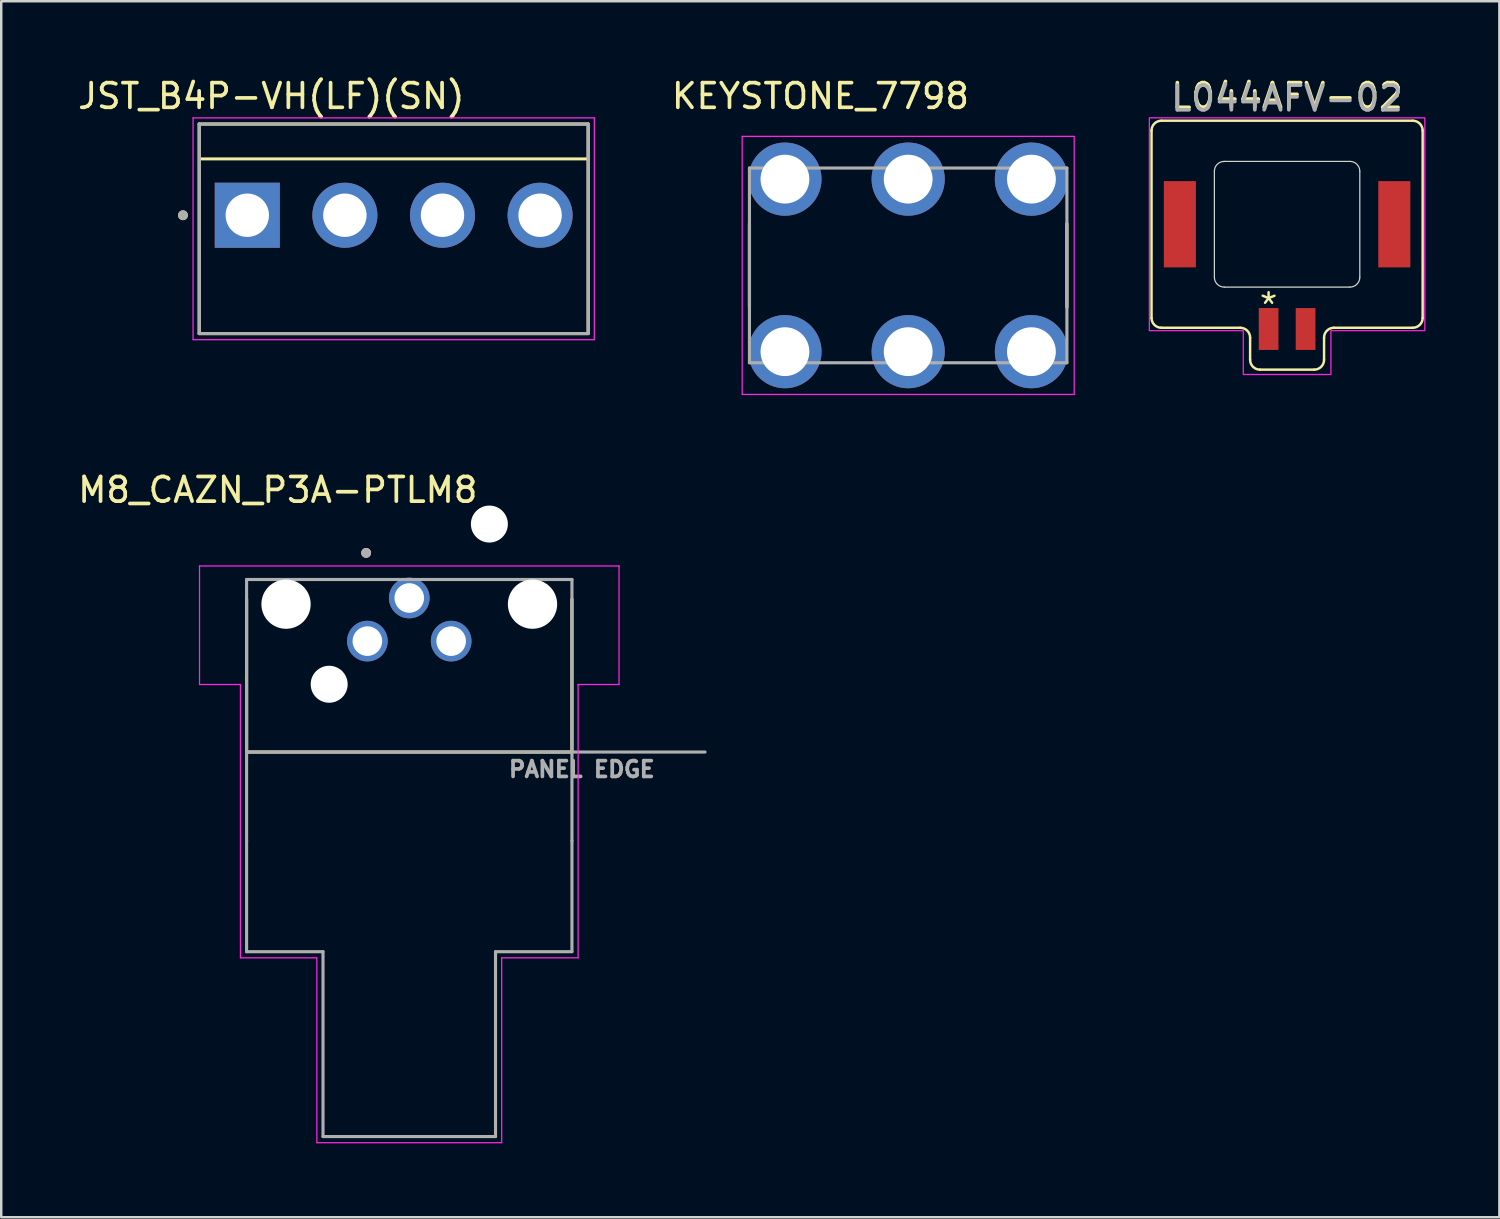
<source format=kicad_pcb>
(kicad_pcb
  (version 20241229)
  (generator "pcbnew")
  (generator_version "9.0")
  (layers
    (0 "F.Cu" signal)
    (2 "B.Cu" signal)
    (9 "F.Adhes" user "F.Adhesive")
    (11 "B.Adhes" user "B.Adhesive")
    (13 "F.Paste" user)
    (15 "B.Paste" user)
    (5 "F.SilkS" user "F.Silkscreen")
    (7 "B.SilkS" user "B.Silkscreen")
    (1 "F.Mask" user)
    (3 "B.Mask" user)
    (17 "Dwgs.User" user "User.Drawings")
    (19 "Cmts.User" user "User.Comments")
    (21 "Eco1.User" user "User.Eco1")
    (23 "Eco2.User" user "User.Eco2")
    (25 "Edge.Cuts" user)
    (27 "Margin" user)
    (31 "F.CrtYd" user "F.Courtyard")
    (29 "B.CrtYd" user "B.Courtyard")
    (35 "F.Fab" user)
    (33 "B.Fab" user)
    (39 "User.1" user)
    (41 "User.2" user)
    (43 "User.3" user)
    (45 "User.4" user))
  (footprint "JST_B4P-VH(LF)(SN)"
    (layer "F.Cu")
    (at 12.923 5.683)
    (property "Reference" "JST_B4P-VH(LF)(SN)" (at -4.965 -4.835 0) (layer "F.SilkS") (effects (font (size 1 1) (thickness 0.15))))
    (attr through_hole)
    (fp_line (start -7.89 -3.7) (end 7.89 -3.7) (stroke (width 0.127) (type solid)) (layer "F.SilkS"))
    (fp_line (start -7.89 4.8) (end -7.89 -3.7) (stroke (width 0.127) (type solid)) (layer "F.SilkS"))
    (fp_line (start -7.874 -2.286) (end 7.874 -2.286) (stroke (width 0.12) (type solid)) (layer "F.SilkS"))
    (fp_line (start 7.89 -3.7) (end 7.89 4.8) (stroke (width 0.127) (type solid)) (layer "F.SilkS"))
    (fp_line (start 7.89 4.8) (end -7.89 4.8) (stroke (width 0.127) (type solid)) (layer "F.SilkS"))
    (fp_circle (center -8.55 0) (end -8.45 0) (stroke (width 0.2) (type solid)) (fill no) (layer "F.SilkS"))
    (fp_line (start -8.14 -3.95) (end 8.14 -3.95) (stroke (width 0.05) (type solid)) (layer "F.CrtYd"))
    (fp_line (start -8.14 5.05) (end -8.14 -3.95) (stroke (width 0.05) (type solid)) (layer "F.CrtYd"))
    (fp_line (start 8.14 -3.95) (end 8.14 5.05) (stroke (width 0.05) (type solid)) (layer "F.CrtYd"))
    (fp_line (start 8.14 5.05) (end -8.14 5.05) (stroke (width 0.05) (type solid)) (layer "F.CrtYd"))
    (fp_line (start -7.89 -3.7) (end -7.89 4.8) (stroke (width 0.127) (type solid)) (layer "F.Fab"))
    (fp_line (start -7.89 4.8) (end 7.89 4.8) (stroke (width 0.127) (type solid)) (layer "F.Fab"))
    (fp_line (start 7.89 -3.7) (end -7.89 -3.7) (stroke (width 0.127) (type solid)) (layer "F.Fab"))
    (fp_line (start 7.89 4.8) (end 7.89 -3.7) (stroke (width 0.127) (type solid)) (layer "F.Fab"))
    (fp_circle (center -8.55 0) (end -8.45 0) (stroke (width 0.2) (type solid)) (fill no) (layer "F.Fab"))
    (pad "1" thru_hole rect (at -5.94 0) (size 2.64 2.64) (drill 1.76) (layers "*.Cu" "*.Mask"))
    (pad "2" thru_hole circle (at -1.98 0) (size 2.64 2.64) (drill 1.76) (layers "*.Cu" "*.Mask"))
    (pad "3" thru_hole circle (at 1.98 0) (size 2.64 2.64) (drill 1.76) (layers "*.Cu" "*.Mask"))
    (pad "4" thru_hole circle (at 5.94 0) (size 2.64 2.64) (drill 1.76) (layers "*.Cu" "*.Mask")))
  (footprint "KEYSTONE_7798"
    (layer "F.Cu")
    (at 33.797 7.718)
    (property "Reference" "KEYSTONE_7798" (at -3.56 -6.87 0) (layer "F.SilkS") (effects (font (size 1 1) (thickness 0.15))))
    (attr through_hole)
    (fp_line (start -6.44 -1.695) (end -6.44 1.695) (stroke (width 0.127) (type solid)) (layer "F.SilkS"))
    (fp_line (start 6.44 -1.695) (end 6.44 1.695) (stroke (width 0.127) (type solid)) (layer "F.SilkS"))
    (fp_line (start -6.735 -5.235) (end -6.735 5.235) (stroke (width 0.05) (type solid)) (layer "F.CrtYd"))
    (fp_line (start -6.735 5.235) (end 6.735 5.235) (stroke (width 0.05) (type solid)) (layer "F.CrtYd"))
    (fp_line (start 6.735 -5.235) (end -6.735 -5.235) (stroke (width 0.05) (type solid)) (layer "F.CrtYd"))
    (fp_line (start 6.735 5.235) (end 6.735 -5.235) (stroke (width 0.05) (type solid)) (layer "F.CrtYd"))
    (fp_line (start -6.44 -3.95) (end -6.44 3.95) (stroke (width 0.127) (type solid)) (layer "F.Fab"))
    (fp_line (start -6.44 3.95) (end 6.44 3.95) (stroke (width 0.127) (type solid)) (layer "F.Fab"))
    (fp_line (start 6.44 -3.95) (end -6.44 -3.95) (stroke (width 0.127) (type solid)) (layer "F.Fab"))
    (fp_line (start 6.44 3.95) (end 6.44 -3.95) (stroke (width 0.127) (type solid)) (layer "F.Fab"))
    (pad "1" thru_hole circle (at -5 -3.5) (size 2.97 2.97) (drill 1.98) (layers "*.Cu" "*.Mask"))
    (pad "1" thru_hole circle (at -5 3.5) (size 2.97 2.97) (drill 1.98) (layers "*.Cu" "*.Mask"))
    (pad "1" thru_hole circle (at 0 -3.5) (size 2.97 2.97) (drill 1.98) (layers "*.Cu" "*.Mask"))
    (pad "1" thru_hole circle (at 0 3.5) (size 2.97 2.97) (drill 1.98) (layers "*.Cu" "*.Mask"))
    (pad "1" thru_hole circle (at 5 -3.5) (size 2.97 2.97) (drill 1.98) (layers "*.Cu" "*.Mask"))
    (pad "1" thru_hole circle (at 5 3.5) (size 2.97 2.97) (drill 1.98) (layers "*.Cu" "*.Mask")))
  (footprint "M8_CAZN_P3A-PTLM8"
    (layer "F.Cu")
    (at 13.555 22.462)
    (property "Reference" "M8_CAZN_P3A-PTLM8" (at -5.335 -5.635 0) (layer "F.SilkS") (effects (font (size 1 1) (thickness 0.15))))
    (attr through_hole)
    (fp_line (start -6.6 -1.2) (end -6.6 5) (stroke (width 0.127) (type solid)) (layer "F.SilkS"))
    (fp_line (start -6.6 5) (end 6.6 5) (stroke (width 0.127) (type solid)) (layer "F.SilkS"))
    (fp_line (start 6.6 5) (end 6.6 -1.2) (stroke (width 0.127) (type solid)) (layer "F.SilkS"))
    (fp_circle (center -1.75 -3.08) (end -1.65 -3.08) (stroke (width 0.2) (type solid)) (fill no) (layer "F.SilkS"))
    (fp_line (start -8.51 -2.55) (end 8.51 -2.55) (stroke (width 0.05) (type solid)) (layer "F.CrtYd"))
    (fp_line (start -8.51 2.26) (end -8.51 -2.55) (stroke (width 0.05) (type solid)) (layer "F.CrtYd"))
    (fp_line (start -6.85 2.26) (end -8.51 2.26) (stroke (width 0.05) (type solid)) (layer "F.CrtYd"))
    (fp_line (start -6.85 13.35) (end -6.85 2.26) (stroke (width 0.05) (type solid)) (layer "F.CrtYd"))
    (fp_line (start -3.75 13.35) (end -6.85 13.35) (stroke (width 0.05) (type solid)) (layer "F.CrtYd"))
    (fp_line (start -3.75 20.85) (end -3.75 13.35) (stroke (width 0.05) (type solid)) (layer "F.CrtYd"))
    (fp_line (start 3.75 13.35) (end 3.75 20.85) (stroke (width 0.05) (type solid)) (layer "F.CrtYd"))
    (fp_line (start 3.75 20.85) (end -3.75 20.85) (stroke (width 0.05) (type solid)) (layer "F.CrtYd"))
    (fp_line (start 6.85 2.26) (end 6.85 13.35) (stroke (width 0.05) (type solid)) (layer "F.CrtYd"))
    (fp_line (start 6.85 13.35) (end 3.75 13.35) (stroke (width 0.05) (type solid)) (layer "F.CrtYd"))
    (fp_line (start 8.51 -2.55) (end 8.51 2.26) (stroke (width 0.05) (type solid)) (layer "F.CrtYd"))
    (fp_line (start 8.51 2.26) (end 6.85 2.26) (stroke (width 0.05) (type solid)) (layer "F.CrtYd"))
    (fp_line (start -6.6 -2) (end 6.6 -2) (stroke (width 0.127) (type solid)) (layer "F.Fab"))
    (fp_line (start -6.6 8.6) (end -6.6 -2) (stroke (width 0.127) (type solid)) (layer "F.Fab"))
    (fp_line (start -6.6 8.6) (end -6.6 13.1) (stroke (width 0.127) (type solid)) (layer "F.Fab"))
    (fp_line (start -6.6 13.1) (end -3.5 13.1) (stroke (width 0.127) (type solid)) (layer "F.Fab"))
    (fp_line (start -3.5 13.1) (end -3.5 20.6) (stroke (width 0.127) (type solid)) (layer "F.Fab"))
    (fp_line (start -3.5 20.6) (end 3.5 20.6) (stroke (width 0.127) (type solid)) (layer "F.Fab"))
    (fp_line (start 3.5 13.1) (end 6.6 13.1) (stroke (width 0.127) (type solid)) (layer "F.Fab"))
    (fp_line (start 3.5 20.6) (end 3.5 13.1) (stroke (width 0.127) (type solid)) (layer "F.Fab"))
    (fp_line (start 6.6 -2) (end 6.6 8.6) (stroke (width 0.127) (type solid)) (layer "F.Fab"))
    (fp_line (start 6.6 5) (end -6.6 5) (stroke (width 0.127) (type solid)) (layer "F.Fab"))
    (fp_line (start 6.6 5) (end 12 5) (stroke (width 0.127) (type solid)) (layer "F.Fab"))
    (fp_line (start 6.6 13.1) (end 6.6 8.6) (stroke (width 0.127) (type solid)) (layer "F.Fab"))
    (fp_circle (center -1.75 -3.08) (end -1.65 -3.08) (stroke (width 0.2) (type solid)) (fill no) (layer "F.Fab"))
    (fp_text user "PANEL EDGE" (at 7 5.7 0) (layer "F.Fab") (effects (font (size 0.64 0.64) (thickness 0.15))))
    (pad "" np_thru_hole circle (at -5 -1) (size 2 2) (drill 2) (layers "*.Cu" "*.Mask"))
    (pad "" np_thru_hole circle (at -3.25 2.25) (size 1.5 1.5) (drill 1.5) (layers "*.Cu" "*.Mask"))
    (pad "" np_thru_hole circle (at 3.25 -4.25) (size 1.5 1.5) (drill 1.5) (layers "*.Cu" "*.Mask"))
    (pad "" np_thru_hole circle (at 5 -1) (size 2 2) (drill 2) (layers "*.Cu" "*.Mask"))
    (pad "1" thru_hole circle (at -1.7 0.5) (size 1.65 1.65) (drill 1.2) (layers "*.Cu" "*.Mask"))
    (pad "3" thru_hole circle (at 1.7 0.5) (size 1.65 1.65) (drill 1.2) (layers "*.Cu" "*.Mask"))
    (pad "4" thru_hole circle (at 0 -1.25) (size 1.65 1.65) (drill 1.2) (layers "*.Cu" "*.Mask")))
  (footprint "L044AFV-02"
    (layer "F.Cu")
    (at 49.17 6.048)
    (property "Reference" "L044AFV-02" (at 0 -5.2 0) (unlocked yes) (layer "F.SilkS") (effects (font (size 1 1) (thickness 0.15))))
    (attr smd)
    (fp_line (start -5.5 3.8) (end -5.5 -3.8) (stroke (width 0.1) (type default)) (layer "F.SilkS"))
    (fp_line (start -5.1 -4.2) (end 5.1 -4.2) (stroke (width 0.1) (type default)) (layer "F.SilkS"))
    (fp_line (start -1.9 4.2) (end -5.1 4.2) (stroke (width 0.1) (type default)) (layer "F.SilkS"))
    (fp_line (start -1.5 5.5) (end -1.5 4.6) (stroke (width 0.1) (type default)) (layer "F.SilkS"))
    (fp_line (start 1.1 5.9) (end -1.1 5.9) (stroke (width 0.1) (type default)) (layer "F.SilkS"))
    (fp_line (start 1.5 4.6) (end 1.5 5.5) (stroke (width 0.1) (type default)) (layer "F.SilkS"))
    (fp_line (start 5.1 4.2) (end 1.9 4.2) (stroke (width 0.1) (type default)) (layer "F.SilkS"))
    (fp_line (start 5.5 -3.8) (end 5.5 3.8) (stroke (width 0.1) (type default)) (layer "F.SilkS"))
    (fp_arc (start -5.5 -3.8) (mid -5.382843 -4.082843) (end -5.1 -4.2) (stroke (width 0.1) (type default)) (layer "F.SilkS"))
    (fp_arc (start -5.1 4.2) (mid -5.382843 4.082843) (end -5.5 3.8) (stroke (width 0.1) (type default)) (layer "F.SilkS"))
    (fp_arc (start -1.9 4.2) (mid -1.617157 4.317157) (end -1.5 4.6) (stroke (width 0.1) (type default)) (layer "F.SilkS"))
    (fp_arc (start -1.1 5.9) (mid -1.382843 5.782843) (end -1.5 5.5) (stroke (width 0.1) (type default)) (layer "F.SilkS"))
    (fp_arc (start 1.5 4.6) (mid 1.617157 4.317157) (end 1.9 4.2) (stroke (width 0.1) (type default)) (layer "F.SilkS"))
    (fp_arc (start 1.5 5.5) (mid 1.382843 5.782843) (end 1.1 5.9) (stroke (width 0.1) (type default)) (layer "F.SilkS"))
    (fp_arc (start 5.1 -4.2) (mid 5.382843 -4.082843) (end 5.5 -3.8) (stroke (width 0.1) (type default)) (layer "F.SilkS"))
    (fp_arc (start 5.5 3.8) (mid 5.382843 4.082843) (end 5.1 4.2) (stroke (width 0.1) (type default)) (layer "F.SilkS"))
    (fp_line (start -2.95 2.15) (end -2.95 -2.15) (stroke (width 0.05) (type default)) (layer "Edge.Cuts"))
    (fp_line (start -2.55 -2.55) (end 2.55 -2.55) (stroke (width 0.05) (type default)) (layer "Edge.Cuts"))
    (fp_line (start 2.55 2.55) (end -2.55 2.55) (stroke (width 0.05) (type default)) (layer "Edge.Cuts"))
    (fp_line (start 2.95 -2.15) (end 2.95 2.15) (stroke (width 0.05) (type default)) (layer "Edge.Cuts"))
    (fp_arc (start -2.95 -2.15) (mid -2.832843 -2.432843) (end -2.55 -2.55) (stroke (width 0.05) (type default)) (layer "Edge.Cuts"))
    (fp_arc (start -2.55 2.55) (mid -2.832843 2.432843) (end -2.95 2.15) (stroke (width 0.05) (type default)) (layer "Edge.Cuts"))
    (fp_arc (start 2.55 -2.55) (mid 2.832843 -2.432843) (end 2.95 -2.15) (stroke (width 0.05) (type default)) (layer "Edge.Cuts"))
    (fp_arc (start 2.95 2.15) (mid 2.832843 2.432843) (end 2.55 2.55) (stroke (width 0.05) (type default)) (layer "Edge.Cuts"))
    (fp_poly (pts (xy -5.588 -4.318) (xy 5.588 -4.318) (xy 5.588 4.318) (xy 1.778 4.318) (xy 1.778 6.096) (xy -1.778 6.096) (xy -1.778 4.318) (xy -5.588 4.318)) (stroke (width 0.05) (type solid)) (fill no) (layer "F.CrtYd"))
    (fp_text user "*" (at -0.75 3.3 0) (unlocked yes) (layer "F.SilkS") (effects (font (size 1 1) (thickness 0.1))))
    (fp_text user "${REFERENCE}" (at 0 -5.1 0) (unlocked yes) (layer "F.Fab") (effects (font (size 1 1) (thickness 0.15))))
    (pad "1" smd rect (at -0.75 4.25) (size 0.8 1.7) (layers "F.Cu" "F.Mask" "F.Paste"))
    (pad "2" smd rect (at 0.75 4.25) (size 0.8 1.7) (layers "F.Cu" "F.Mask" "F.Paste"))
    (pad "MP1" smd rect (at -4.35 0) (size 1.3 3.5) (property pad_prop_heatsink) (layers "F.Cu" "F.Mask" "F.Paste"))
    (pad "MP2" smd rect (at 4.35 0) (size 1.3 3.5) (property pad_prop_heatsink) (layers "F.Cu" "F.Mask" "F.Paste")))
  (gr_rect
    (start -3 -3)
    (end 57.783 46.337)
    (stroke (width 0.1) (type default))
    (fill no)
    (layer "Edge.Cuts")))
</source>
